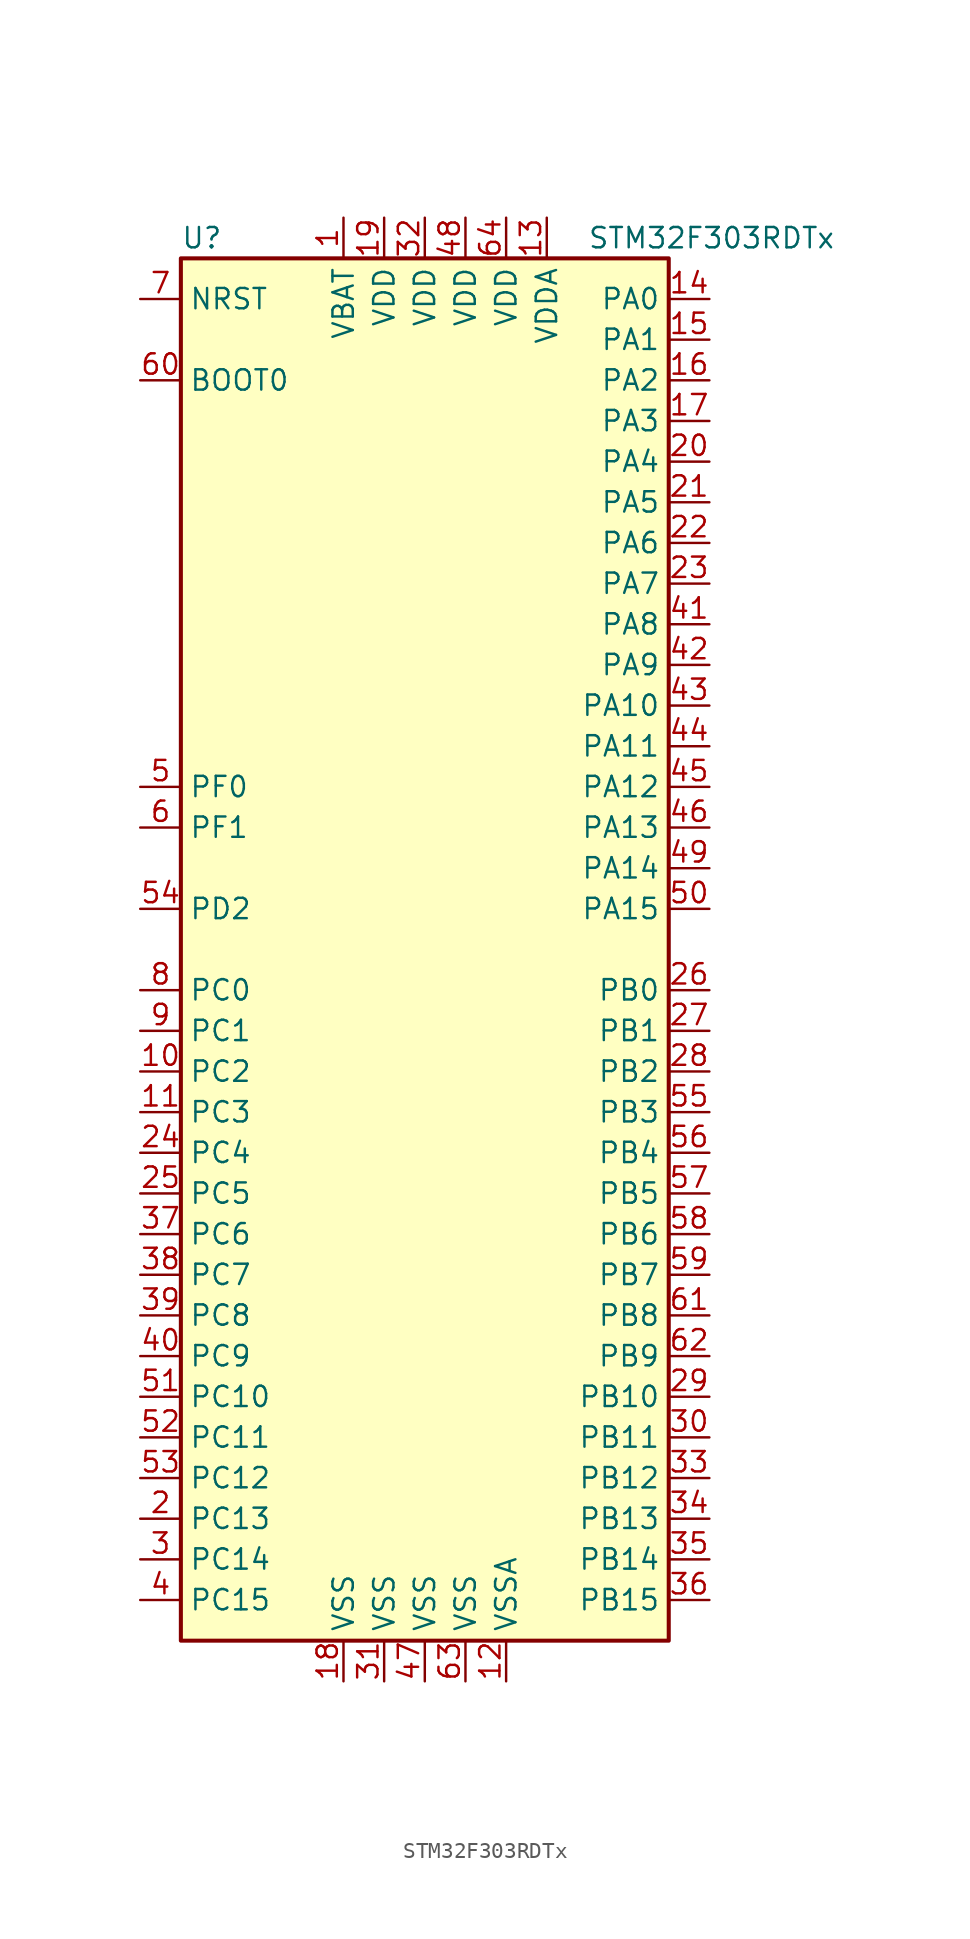
<source format=kicad_sym>
(kicad_symbol_lib
  (version 20201005)
  (generator kicad_symbol_editor)
  (symbol "STM32F303RDTx"
    (property "Reference" "U"
      (at -15.24 44.45 0)
      (effects (font (size 1.27 1.27)) (justify left)))
    (property "Value" "STM32F303RDTx"
      (at 10.16 44.45 0)
      (effects (font (size 1.27 1.27)) (justify left)))
    (symbol "STM32F303RDTx_0_1"
      (rectangle (start -15.24 -43.18) (end 15.24 43.18) (stroke (width 0.254)) (fill (type background))))
    (symbol "STM32F303RDTx_1_1"
      (pin power_in line (at -5.08 45.72 270) (length 2.54) (name "VBAT" (effects (font (size 1.27 1.27)))) (number "1" (effects (font (size 1.27 1.27)))))
      (pin bidirectional line (at -17.78 -7.62 0) (length 2.54) (name "PC2" (effects (font (size 1.27 1.27)))) (number "10" (effects (font (size 1.27 1.27)))))
      (pin bidirectional line (at -17.78 -10.16 0) (length 2.54) (name "PC3" (effects (font (size 1.27 1.27)))) (number "11" (effects (font (size 1.27 1.27)))))
      (pin power_in line (at 5.08 -45.72 90) (length 2.54) (name "VSSA" (effects (font (size 1.27 1.27)))) (number "12" (effects (font (size 1.27 1.27)))))
      (pin power_in line (at 7.62 45.72 270) (length 2.54) (name "VDDA" (effects (font (size 1.27 1.27)))) (number "13" (effects (font (size 1.27 1.27)))))
      (pin bidirectional line (at 17.78 40.64 180) (length 2.54) (name "PA0" (effects (font (size 1.27 1.27)))) (number "14" (effects (font (size 1.27 1.27)))))
      (pin bidirectional line (at 17.78 38.1 180) (length 2.54) (name "PA1" (effects (font (size 1.27 1.27)))) (number "15" (effects (font (size 1.27 1.27)))))
      (pin bidirectional line (at 17.78 35.56 180) (length 2.54) (name "PA2" (effects (font (size 1.27 1.27)))) (number "16" (effects (font (size 1.27 1.27)))))
      (pin bidirectional line (at 17.78 33.02 180) (length 2.54) (name "PA3" (effects (font (size 1.27 1.27)))) (number "17" (effects (font (size 1.27 1.27)))))
      (pin power_in line (at -5.08 -45.72 90) (length 2.54) (name "VSS" (effects (font (size 1.27 1.27)))) (number "18" (effects (font (size 1.27 1.27)))))
      (pin power_in line (at -2.54 45.72 270) (length 2.54) (name "VDD" (effects (font (size 1.27 1.27)))) (number "19" (effects (font (size 1.27 1.27)))))
      (pin bidirectional line (at -17.78 -35.56 0) (length 2.54) (name "PC13" (effects (font (size 1.27 1.27)))) (number "2" (effects (font (size 1.27 1.27)))))
      (pin bidirectional line (at 17.78 30.48 180) (length 2.54) (name "PA4" (effects (font (size 1.27 1.27)))) (number "20" (effects (font (size 1.27 1.27)))))
      (pin bidirectional line (at 17.78 27.94 180) (length 2.54) (name "PA5" (effects (font (size 1.27 1.27)))) (number "21" (effects (font (size 1.27 1.27)))))
      (pin bidirectional line (at 17.78 25.4 180) (length 2.54) (name "PA6" (effects (font (size 1.27 1.27)))) (number "22" (effects (font (size 1.27 1.27)))))
      (pin bidirectional line (at 17.78 22.86 180) (length 2.54) (name "PA7" (effects (font (size 1.27 1.27)))) (number "23" (effects (font (size 1.27 1.27)))))
      (pin bidirectional line (at -17.78 -12.7 0) (length 2.54) (name "PC4" (effects (font (size 1.27 1.27)))) (number "24" (effects (font (size 1.27 1.27)))))
      (pin bidirectional line (at -17.78 -15.24 0) (length 2.54) (name "PC5" (effects (font (size 1.27 1.27)))) (number "25" (effects (font (size 1.27 1.27)))))
      (pin bidirectional line (at 17.78 -2.54 180) (length 2.54) (name "PB0" (effects (font (size 1.27 1.27)))) (number "26" (effects (font (size 1.27 1.27)))))
      (pin bidirectional line (at 17.78 -5.08 180) (length 2.54) (name "PB1" (effects (font (size 1.27 1.27)))) (number "27" (effects (font (size 1.27 1.27)))))
      (pin bidirectional line (at 17.78 -7.62 180) (length 2.54) (name "PB2" (effects (font (size 1.27 1.27)))) (number "28" (effects (font (size 1.27 1.27)))))
      (pin bidirectional line (at 17.78 -27.94 180) (length 2.54) (name "PB10" (effects (font (size 1.27 1.27)))) (number "29" (effects (font (size 1.27 1.27)))))
      (pin bidirectional line (at -17.78 -38.1 0) (length 2.54) (name "PC14" (effects (font (size 1.27 1.27)))) (number "3" (effects (font (size 1.27 1.27)))))
      (pin bidirectional line (at 17.78 -30.48 180) (length 2.54) (name "PB11" (effects (font (size 1.27 1.27)))) (number "30" (effects (font (size 1.27 1.27)))))
      (pin power_in line (at -2.54 -45.72 90) (length 2.54) (name "VSS" (effects (font (size 1.27 1.27)))) (number "31" (effects (font (size 1.27 1.27)))))
      (pin power_in line (at 0 45.72 270) (length 2.54) (name "VDD" (effects (font (size 1.27 1.27)))) (number "32" (effects (font (size 1.27 1.27)))))
      (pin bidirectional line (at 17.78 -33.02 180) (length 2.54) (name "PB12" (effects (font (size 1.27 1.27)))) (number "33" (effects (font (size 1.27 1.27)))))
      (pin bidirectional line (at 17.78 -35.56 180) (length 2.54) (name "PB13" (effects (font (size 1.27 1.27)))) (number "34" (effects (font (size 1.27 1.27)))))
      (pin bidirectional line (at 17.78 -38.1 180) (length 2.54) (name "PB14" (effects (font (size 1.27 1.27)))) (number "35" (effects (font (size 1.27 1.27)))))
      (pin bidirectional line (at 17.78 -40.64 180) (length 2.54) (name "PB15" (effects (font (size 1.27 1.27)))) (number "36" (effects (font (size 1.27 1.27)))))
      (pin bidirectional line (at -17.78 -17.78 0) (length 2.54) (name "PC6" (effects (font (size 1.27 1.27)))) (number "37" (effects (font (size 1.27 1.27)))))
      (pin bidirectional line (at -17.78 -20.32 0) (length 2.54) (name "PC7" (effects (font (size 1.27 1.27)))) (number "38" (effects (font (size 1.27 1.27)))))
      (pin bidirectional line (at -17.78 -22.86 0) (length 2.54) (name "PC8" (effects (font (size 1.27 1.27)))) (number "39" (effects (font (size 1.27 1.27)))))
      (pin bidirectional line (at -17.78 -40.64 0) (length 2.54) (name "PC15" (effects (font (size 1.27 1.27)))) (number "4" (effects (font (size 1.27 1.27)))))
      (pin bidirectional line (at -17.78 -25.4 0) (length 2.54) (name "PC9" (effects (font (size 1.27 1.27)))) (number "40" (effects (font (size 1.27 1.27)))))
      (pin bidirectional line (at 17.78 20.32 180) (length 2.54) (name "PA8" (effects (font (size 1.27 1.27)))) (number "41" (effects (font (size 1.27 1.27)))))
      (pin bidirectional line (at 17.78 17.78 180) (length 2.54) (name "PA9" (effects (font (size 1.27 1.27)))) (number "42" (effects (font (size 1.27 1.27)))))
      (pin bidirectional line (at 17.78 15.24 180) (length 2.54) (name "PA10" (effects (font (size 1.27 1.27)))) (number "43" (effects (font (size 1.27 1.27)))))
      (pin bidirectional line (at 17.78 12.7 180) (length 2.54) (name "PA11" (effects (font (size 1.27 1.27)))) (number "44" (effects (font (size 1.27 1.27)))))
      (pin bidirectional line (at 17.78 10.16 180) (length 2.54) (name "PA12" (effects (font (size 1.27 1.27)))) (number "45" (effects (font (size 1.27 1.27)))))
      (pin bidirectional line (at 17.78 7.62 180) (length 2.54) (name "PA13" (effects (font (size 1.27 1.27)))) (number "46" (effects (font (size 1.27 1.27)))))
      (pin power_in line (at 0 -45.72 90) (length 2.54) (name "VSS" (effects (font (size 1.27 1.27)))) (number "47" (effects (font (size 1.27 1.27)))))
      (pin power_in line (at 2.54 45.72 270) (length 2.54) (name "VDD" (effects (font (size 1.27 1.27)))) (number "48" (effects (font (size 1.27 1.27)))))
      (pin bidirectional line (at 17.78 5.08 180) (length 2.54) (name "PA14" (effects (font (size 1.27 1.27)))) (number "49" (effects (font (size 1.27 1.27)))))
      (pin input line (at -17.78 10.16 0) (length 2.54) (name "PF0" (effects (font (size 1.27 1.27)))) (number "5" (effects (font (size 1.27 1.27)))))
      (pin bidirectional line (at 17.78 2.54 180) (length 2.54) (name "PA15" (effects (font (size 1.27 1.27)))) (number "50" (effects (font (size 1.27 1.27)))))
      (pin bidirectional line (at -17.78 -27.94 0) (length 2.54) (name "PC10" (effects (font (size 1.27 1.27)))) (number "51" (effects (font (size 1.27 1.27)))))
      (pin bidirectional line (at -17.78 -30.48 0) (length 2.54) (name "PC11" (effects (font (size 1.27 1.27)))) (number "52" (effects (font (size 1.27 1.27)))))
      (pin bidirectional line (at -17.78 -33.02 0) (length 2.54) (name "PC12" (effects (font (size 1.27 1.27)))) (number "53" (effects (font (size 1.27 1.27)))))
      (pin bidirectional line (at -17.78 2.54 0) (length 2.54) (name "PD2" (effects (font (size 1.27 1.27)))) (number "54" (effects (font (size 1.27 1.27)))))
      (pin bidirectional line (at 17.78 -10.16 180) (length 2.54) (name "PB3" (effects (font (size 1.27 1.27)))) (number "55" (effects (font (size 1.27 1.27)))))
      (pin bidirectional line (at 17.78 -12.7 180) (length 2.54) (name "PB4" (effects (font (size 1.27 1.27)))) (number "56" (effects (font (size 1.27 1.27)))))
      (pin bidirectional line (at 17.78 -15.24 180) (length 2.54) (name "PB5" (effects (font (size 1.27 1.27)))) (number "57" (effects (font (size 1.27 1.27)))))
      (pin bidirectional line (at 17.78 -17.78 180) (length 2.54) (name "PB6" (effects (font (size 1.27 1.27)))) (number "58" (effects (font (size 1.27 1.27)))))
      (pin bidirectional line (at 17.78 -20.32 180) (length 2.54) (name "PB7" (effects (font (size 1.27 1.27)))) (number "59" (effects (font (size 1.27 1.27)))))
      (pin input line (at -17.78 7.62 0) (length 2.54) (name "PF1" (effects (font (size 1.27 1.27)))) (number "6" (effects (font (size 1.27 1.27)))))
      (pin input line (at -17.78 35.56 0) (length 2.54) (name "BOOT0" (effects (font (size 1.27 1.27)))) (number "60" (effects (font (size 1.27 1.27)))))
      (pin bidirectional line (at 17.78 -22.86 180) (length 2.54) (name "PB8" (effects (font (size 1.27 1.27)))) (number "61" (effects (font (size 1.27 1.27)))))
      (pin bidirectional line (at 17.78 -25.4 180) (length 2.54) (name "PB9" (effects (font (size 1.27 1.27)))) (number "62" (effects (font (size 1.27 1.27)))))
      (pin power_in line (at 2.54 -45.72 90) (length 2.54) (name "VSS" (effects (font (size 1.27 1.27)))) (number "63" (effects (font (size 1.27 1.27)))))
      (pin power_in line (at 5.08 45.72 270) (length 2.54) (name "VDD" (effects (font (size 1.27 1.27)))) (number "64" (effects (font (size 1.27 1.27)))))
      (pin input line (at -17.78 40.64 0) (length 2.54) (name "NRST" (effects (font (size 1.27 1.27)))) (number "7" (effects (font (size 1.27 1.27)))))
      (pin bidirectional line (at -17.78 -2.54 0) (length 2.54) (name "PC0" (effects (font (size 1.27 1.27)))) (number "8" (effects (font (size 1.27 1.27)))))
      (pin bidirectional line (at -17.78 -5.08 0) (length 2.54) (name "PC1" (effects (font (size 1.27 1.27)))) (number "9" (effects (font (size 1.27 1.27))))))))
</source>
